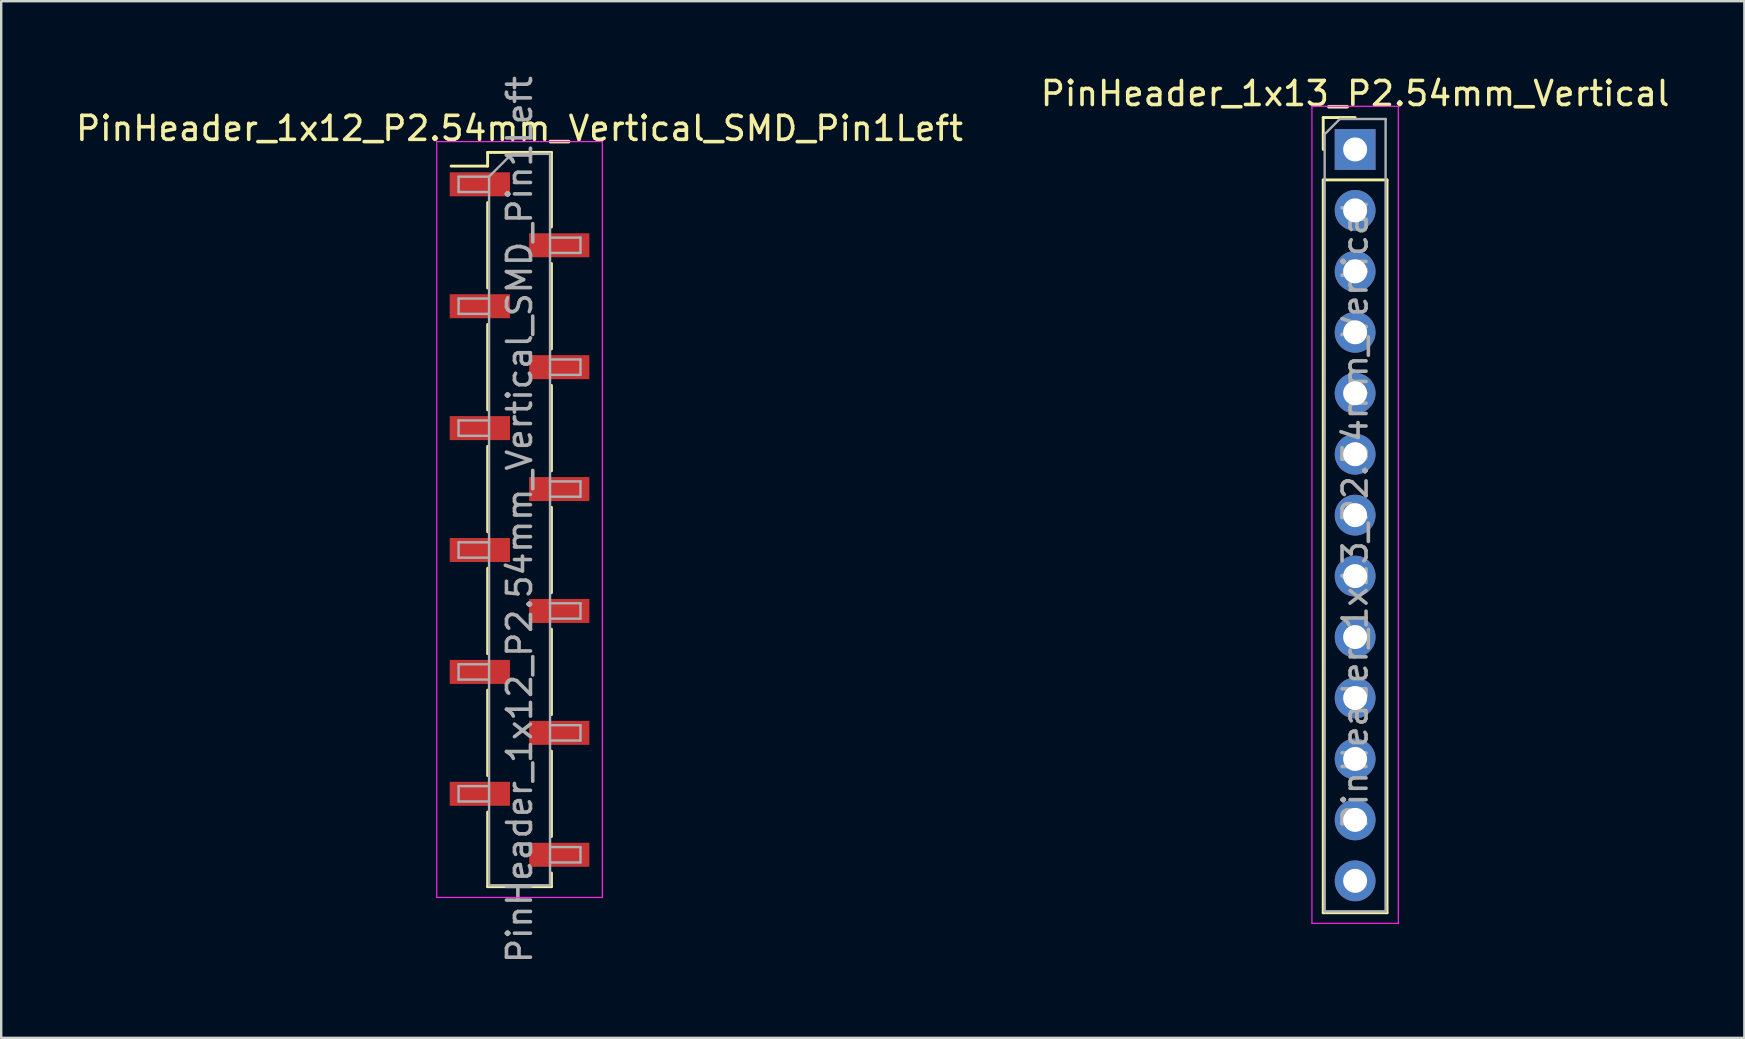
<source format=kicad_pcb>
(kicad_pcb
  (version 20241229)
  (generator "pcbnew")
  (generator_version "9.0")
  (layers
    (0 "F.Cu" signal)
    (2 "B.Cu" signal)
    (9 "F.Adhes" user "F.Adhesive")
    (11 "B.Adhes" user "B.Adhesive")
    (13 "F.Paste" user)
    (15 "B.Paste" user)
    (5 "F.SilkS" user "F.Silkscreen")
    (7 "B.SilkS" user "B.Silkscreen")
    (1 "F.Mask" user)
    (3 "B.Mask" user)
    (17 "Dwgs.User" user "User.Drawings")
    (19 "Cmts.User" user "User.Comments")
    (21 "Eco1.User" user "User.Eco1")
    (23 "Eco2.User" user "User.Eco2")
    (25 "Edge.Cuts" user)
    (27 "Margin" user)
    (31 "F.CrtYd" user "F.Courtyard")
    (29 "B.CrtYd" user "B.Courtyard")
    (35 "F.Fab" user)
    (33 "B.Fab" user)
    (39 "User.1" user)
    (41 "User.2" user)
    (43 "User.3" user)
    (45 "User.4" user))
  (footprint "PinHeader_1x12_P2.54mm_Vertical_SMD_Pin1Left"
    (layer "F.Cu")
    (at 18.601 18.601)
    (property "Reference" "PinHeader_1x12_P2.54mm_Vertical_SMD_Pin1Left" (at 0 -16.3 0) (layer "F.SilkS") (effects (font (size 1 1) (thickness 0.15))))
    (attr smd)
    (fp_line (start -1.33 -15.3) (end -1.33 -14.73) (stroke (width 0.12) (type solid)) (layer "F.SilkS"))
    (fp_line (start -1.33 -15.3) (end 1.33 -15.3) (stroke (width 0.12) (type solid)) (layer "F.SilkS"))
    (fp_line (start -1.33 -14.73) (end -2.85 -14.73) (stroke (width 0.12) (type solid)) (layer "F.SilkS"))
    (fp_line (start -1.33 -13.21) (end -1.33 -9.65) (stroke (width 0.12) (type solid)) (layer "F.SilkS"))
    (fp_line (start -1.33 -8.13) (end -1.33 -4.57) (stroke (width 0.12) (type solid)) (layer "F.SilkS"))
    (fp_line (start -1.33 -3.05) (end -1.33 0.51) (stroke (width 0.12) (type solid)) (layer "F.SilkS"))
    (fp_line (start -1.33 2.03) (end -1.33 5.59) (stroke (width 0.12) (type solid)) (layer "F.SilkS"))
    (fp_line (start -1.33 7.11) (end -1.33 10.67) (stroke (width 0.12) (type solid)) (layer "F.SilkS"))
    (fp_line (start -1.33 12.19) (end -1.33 15.3) (stroke (width 0.12) (type solid)) (layer "F.SilkS"))
    (fp_line (start -1.33 15.3) (end 1.33 15.3) (stroke (width 0.12) (type solid)) (layer "F.SilkS"))
    (fp_line (start 1.33 -15.3) (end 1.33 -12.19) (stroke (width 0.12) (type solid)) (layer "F.SilkS"))
    (fp_line (start 1.33 -10.67) (end 1.33 -7.11) (stroke (width 0.12) (type solid)) (layer "F.SilkS"))
    (fp_line (start 1.33 -5.59) (end 1.33 -2.03) (stroke (width 0.12) (type solid)) (layer "F.SilkS"))
    (fp_line (start 1.33 -0.51) (end 1.33 3.05) (stroke (width 0.12) (type solid)) (layer "F.SilkS"))
    (fp_line (start 1.33 4.57) (end 1.33 8.13) (stroke (width 0.12) (type solid)) (layer "F.SilkS"))
    (fp_line (start 1.33 9.65) (end 1.33 13.21) (stroke (width 0.12) (type solid)) (layer "F.SilkS"))
    (fp_line (start 1.33 14.73) (end 1.33 15.3) (stroke (width 0.12) (type solid)) (layer "F.SilkS"))
    (fp_line (start -3.45 -15.75) (end -3.45 15.75) (stroke (width 0.05) (type solid)) (layer "F.CrtYd"))
    (fp_line (start -3.45 15.75) (end 3.45 15.75) (stroke (width 0.05) (type solid)) (layer "F.CrtYd"))
    (fp_line (start 3.45 -15.75) (end -3.45 -15.75) (stroke (width 0.05) (type solid)) (layer "F.CrtYd"))
    (fp_line (start 3.45 15.75) (end 3.45 -15.75) (stroke (width 0.05) (type solid)) (layer "F.CrtYd"))
    (fp_line (start -2.54 -14.29) (end -2.54 -13.65) (stroke (width 0.1) (type solid)) (layer "F.Fab"))
    (fp_line (start -2.54 -13.65) (end -1.27 -13.65) (stroke (width 0.1) (type solid)) (layer "F.Fab"))
    (fp_line (start -2.54 -9.21) (end -2.54 -8.57) (stroke (width 0.1) (type solid)) (layer "F.Fab"))
    (fp_line (start -2.54 -8.57) (end -1.27 -8.57) (stroke (width 0.1) (type solid)) (layer "F.Fab"))
    (fp_line (start -2.54 -4.13) (end -2.54 -3.49) (stroke (width 0.1) (type solid)) (layer "F.Fab"))
    (fp_line (start -2.54 -3.49) (end -1.27 -3.49) (stroke (width 0.1) (type solid)) (layer "F.Fab"))
    (fp_line (start -2.54 0.95) (end -2.54 1.59) (stroke (width 0.1) (type solid)) (layer "F.Fab"))
    (fp_line (start -2.54 1.59) (end -1.27 1.59) (stroke (width 0.1) (type solid)) (layer "F.Fab"))
    (fp_line (start -2.54 6.03) (end -2.54 6.67) (stroke (width 0.1) (type solid)) (layer "F.Fab"))
    (fp_line (start -2.54 6.67) (end -1.27 6.67) (stroke (width 0.1) (type solid)) (layer "F.Fab"))
    (fp_line (start -2.54 11.11) (end -2.54 11.75) (stroke (width 0.1) (type solid)) (layer "F.Fab"))
    (fp_line (start -2.54 11.75) (end -1.27 11.75) (stroke (width 0.1) (type solid)) (layer "F.Fab"))
    (fp_line (start -1.27 -14.29) (end -2.54 -14.29) (stroke (width 0.1) (type solid)) (layer "F.Fab"))
    (fp_line (start -1.27 -14.29) (end -0.32 -15.24) (stroke (width 0.1) (type solid)) (layer "F.Fab"))
    (fp_line (start -1.27 -9.21) (end -2.54 -9.21) (stroke (width 0.1) (type solid)) (layer "F.Fab"))
    (fp_line (start -1.27 -4.13) (end -2.54 -4.13) (stroke (width 0.1) (type solid)) (layer "F.Fab"))
    (fp_line (start -1.27 0.95) (end -2.54 0.95) (stroke (width 0.1) (type solid)) (layer "F.Fab"))
    (fp_line (start -1.27 6.03) (end -2.54 6.03) (stroke (width 0.1) (type solid)) (layer "F.Fab"))
    (fp_line (start -1.27 11.11) (end -2.54 11.11) (stroke (width 0.1) (type solid)) (layer "F.Fab"))
    (fp_line (start -1.27 15.24) (end -1.27 -14.29) (stroke (width 0.1) (type solid)) (layer "F.Fab"))
    (fp_line (start -0.32 -15.24) (end 1.27 -15.24) (stroke (width 0.1) (type solid)) (layer "F.Fab"))
    (fp_line (start 1.27 -15.24) (end 1.27 15.24) (stroke (width 0.1) (type solid)) (layer "F.Fab"))
    (fp_line (start 1.27 -11.75) (end 2.54 -11.75) (stroke (width 0.1) (type solid)) (layer "F.Fab"))
    (fp_line (start 1.27 -6.67) (end 2.54 -6.67) (stroke (width 0.1) (type solid)) (layer "F.Fab"))
    (fp_line (start 1.27 -1.59) (end 2.54 -1.59) (stroke (width 0.1) (type solid)) (layer "F.Fab"))
    (fp_line (start 1.27 3.49) (end 2.54 3.49) (stroke (width 0.1) (type solid)) (layer "F.Fab"))
    (fp_line (start 1.27 8.57) (end 2.54 8.57) (stroke (width 0.1) (type solid)) (layer "F.Fab"))
    (fp_line (start 1.27 13.65) (end 2.54 13.65) (stroke (width 0.1) (type solid)) (layer "F.Fab"))
    (fp_line (start 1.27 15.24) (end -1.27 15.24) (stroke (width 0.1) (type solid)) (layer "F.Fab"))
    (fp_line (start 2.54 -11.75) (end 2.54 -11.11) (stroke (width 0.1) (type solid)) (layer "F.Fab"))
    (fp_line (start 2.54 -11.11) (end 1.27 -11.11) (stroke (width 0.1) (type solid)) (layer "F.Fab"))
    (fp_line (start 2.54 -6.67) (end 2.54 -6.03) (stroke (width 0.1) (type solid)) (layer "F.Fab"))
    (fp_line (start 2.54 -6.03) (end 1.27 -6.03) (stroke (width 0.1) (type solid)) (layer "F.Fab"))
    (fp_line (start 2.54 -1.59) (end 2.54 -0.95) (stroke (width 0.1) (type solid)) (layer "F.Fab"))
    (fp_line (start 2.54 -0.95) (end 1.27 -0.95) (stroke (width 0.1) (type solid)) (layer "F.Fab"))
    (fp_line (start 2.54 3.49) (end 2.54 4.13) (stroke (width 0.1) (type solid)) (layer "F.Fab"))
    (fp_line (start 2.54 4.13) (end 1.27 4.13) (stroke (width 0.1) (type solid)) (layer "F.Fab"))
    (fp_line (start 2.54 8.57) (end 2.54 9.21) (stroke (width 0.1) (type solid)) (layer "F.Fab"))
    (fp_line (start 2.54 9.21) (end 1.27 9.21) (stroke (width 0.1) (type solid)) (layer "F.Fab"))
    (fp_line (start 2.54 13.65) (end 2.54 14.29) (stroke (width 0.1) (type solid)) (layer "F.Fab"))
    (fp_line (start 2.54 14.29) (end 1.27 14.29) (stroke (width 0.1) (type solid)) (layer "F.Fab"))
    (fp_text user "${REFERENCE}" (at 0 0 90) (layer "F.Fab") (effects (font (size 1 1) (thickness 0.15))))
    (pad "1" smd rect (at -1.655 -13.97) (size 2.51 1) (layers "F.Cu" "F.Mask" "F.Paste"))
    (pad "2" smd rect (at 1.655 -11.43) (size 2.51 1) (layers "F.Cu" "F.Mask" "F.Paste"))
    (pad "3" smd rect (at -1.655 -8.89) (size 2.51 1) (layers "F.Cu" "F.Mask" "F.Paste"))
    (pad "4" smd rect (at 1.655 -6.35) (size 2.51 1) (layers "F.Cu" "F.Mask" "F.Paste"))
    (pad "5" smd rect (at -1.655 -3.81) (size 2.51 1) (layers "F.Cu" "F.Mask" "F.Paste"))
    (pad "6" smd rect (at 1.655 -1.27) (size 2.51 1) (layers "F.Cu" "F.Mask" "F.Paste"))
    (pad "7" smd rect (at -1.655 1.27) (size 2.51 1) (layers "F.Cu" "F.Mask" "F.Paste"))
    (pad "8" smd rect (at 1.655 3.81) (size 2.51 1) (layers "F.Cu" "F.Mask" "F.Paste"))
    (pad "9" smd rect (at -1.655 6.35) (size 2.51 1) (layers "F.Cu" "F.Mask" "F.Paste"))
    (pad "10" smd rect (at 1.655 8.89) (size 2.51 1) (layers "F.Cu" "F.Mask" "F.Paste"))
    (pad "11" smd rect (at -1.655 11.43) (size 2.51 1) (layers "F.Cu" "F.Mask" "F.Paste"))
    (pad "12" smd rect (at 1.655 13.97) (size 2.51 1) (layers "F.Cu" "F.Mask" "F.Paste")))
  (footprint "PinHeader_1x13_P2.54mm_Vertical"
    (layer "F.Cu")
    (at 53.423 3.178)
    (property "Reference" "PinHeader_1x13_P2.54mm_Vertical" (at 0 -2.33 0) (layer "F.SilkS") (effects (font (size 1 1) (thickness 0.15))))
    (attr through_hole)
    (fp_line (start -1.33 -1.33) (end 0 -1.33) (stroke (width 0.12) (type solid)) (layer "F.SilkS"))
    (fp_line (start -1.33 0) (end -1.33 -1.33) (stroke (width 0.12) (type solid)) (layer "F.SilkS"))
    (fp_line (start -1.33 1.27) (end -1.33 31.81) (stroke (width 0.12) (type solid)) (layer "F.SilkS"))
    (fp_line (start -1.33 1.27) (end 1.33 1.27) (stroke (width 0.12) (type solid)) (layer "F.SilkS"))
    (fp_line (start -1.33 31.81) (end 1.33 31.81) (stroke (width 0.12) (type solid)) (layer "F.SilkS"))
    (fp_line (start 1.33 1.27) (end 1.33 31.81) (stroke (width 0.12) (type solid)) (layer "F.SilkS"))
    (fp_line (start -1.8 -1.8) (end -1.8 32.25) (stroke (width 0.05) (type solid)) (layer "F.CrtYd"))
    (fp_line (start -1.8 32.25) (end 1.8 32.25) (stroke (width 0.05) (type solid)) (layer "F.CrtYd"))
    (fp_line (start 1.8 -1.8) (end -1.8 -1.8) (stroke (width 0.05) (type solid)) (layer "F.CrtYd"))
    (fp_line (start 1.8 32.25) (end 1.8 -1.8) (stroke (width 0.05) (type solid)) (layer "F.CrtYd"))
    (fp_line (start -1.27 -0.635) (end -0.635 -1.27) (stroke (width 0.1) (type solid)) (layer "F.Fab"))
    (fp_line (start -1.27 31.75) (end -1.27 -0.635) (stroke (width 0.1) (type solid)) (layer "F.Fab"))
    (fp_line (start -0.635 -1.27) (end 1.27 -1.27) (stroke (width 0.1) (type solid)) (layer "F.Fab"))
    (fp_line (start 1.27 -1.27) (end 1.27 31.75) (stroke (width 0.1) (type solid)) (layer "F.Fab"))
    (fp_line (start 1.27 31.75) (end -1.27 31.75) (stroke (width 0.1) (type solid)) (layer "F.Fab"))
    (fp_text user "${REFERENCE}" (at 0 15.24 90) (layer "F.Fab") (effects (font (size 1 1) (thickness 0.15))))
    (pad "1" thru_hole rect (at 0 0) (size 1.7 1.7) (drill 1) (layers "*.Cu" "*.Mask"))
    (pad "2" thru_hole oval (at 0 2.54) (size 1.7 1.7) (drill 1) (layers "*.Cu" "*.Mask"))
    (pad "3" thru_hole oval (at 0 5.08) (size 1.7 1.7) (drill 1) (layers "*.Cu" "*.Mask"))
    (pad "4" thru_hole oval (at 0 7.62) (size 1.7 1.7) (drill 1) (layers "*.Cu" "*.Mask"))
    (pad "5" thru_hole oval (at 0 10.16) (size 1.7 1.7) (drill 1) (layers "*.Cu" "*.Mask"))
    (pad "6" thru_hole oval (at 0 12.7) (size 1.7 1.7) (drill 1) (layers "*.Cu" "*.Mask"))
    (pad "7" thru_hole oval (at 0 15.24) (size 1.7 1.7) (drill 1) (layers "*.Cu" "*.Mask"))
    (pad "8" thru_hole oval (at 0 17.78) (size 1.7 1.7) (drill 1) (layers "*.Cu" "*.Mask"))
    (pad "9" thru_hole oval (at 0 20.32) (size 1.7 1.7) (drill 1) (layers "*.Cu" "*.Mask"))
    (pad "10" thru_hole oval (at 0 22.86) (size 1.7 1.7) (drill 1) (layers "*.Cu" "*.Mask"))
    (pad "11" thru_hole oval (at 0 25.4) (size 1.7 1.7) (drill 1) (layers "*.Cu" "*.Mask"))
    (pad "12" thru_hole oval (at 0 27.94) (size 1.7 1.7) (drill 1) (layers "*.Cu" "*.Mask"))
    (pad "13" thru_hole oval (at 0 30.48) (size 1.7 1.7) (drill 1) (layers "*.Cu" "*.Mask")))
  (gr_rect
    (start -3 -3)
    (end 69.643 40.202)
    (stroke (width 0.1) (type default))
    (fill no)
    (layer "Edge.Cuts")))
</source>
